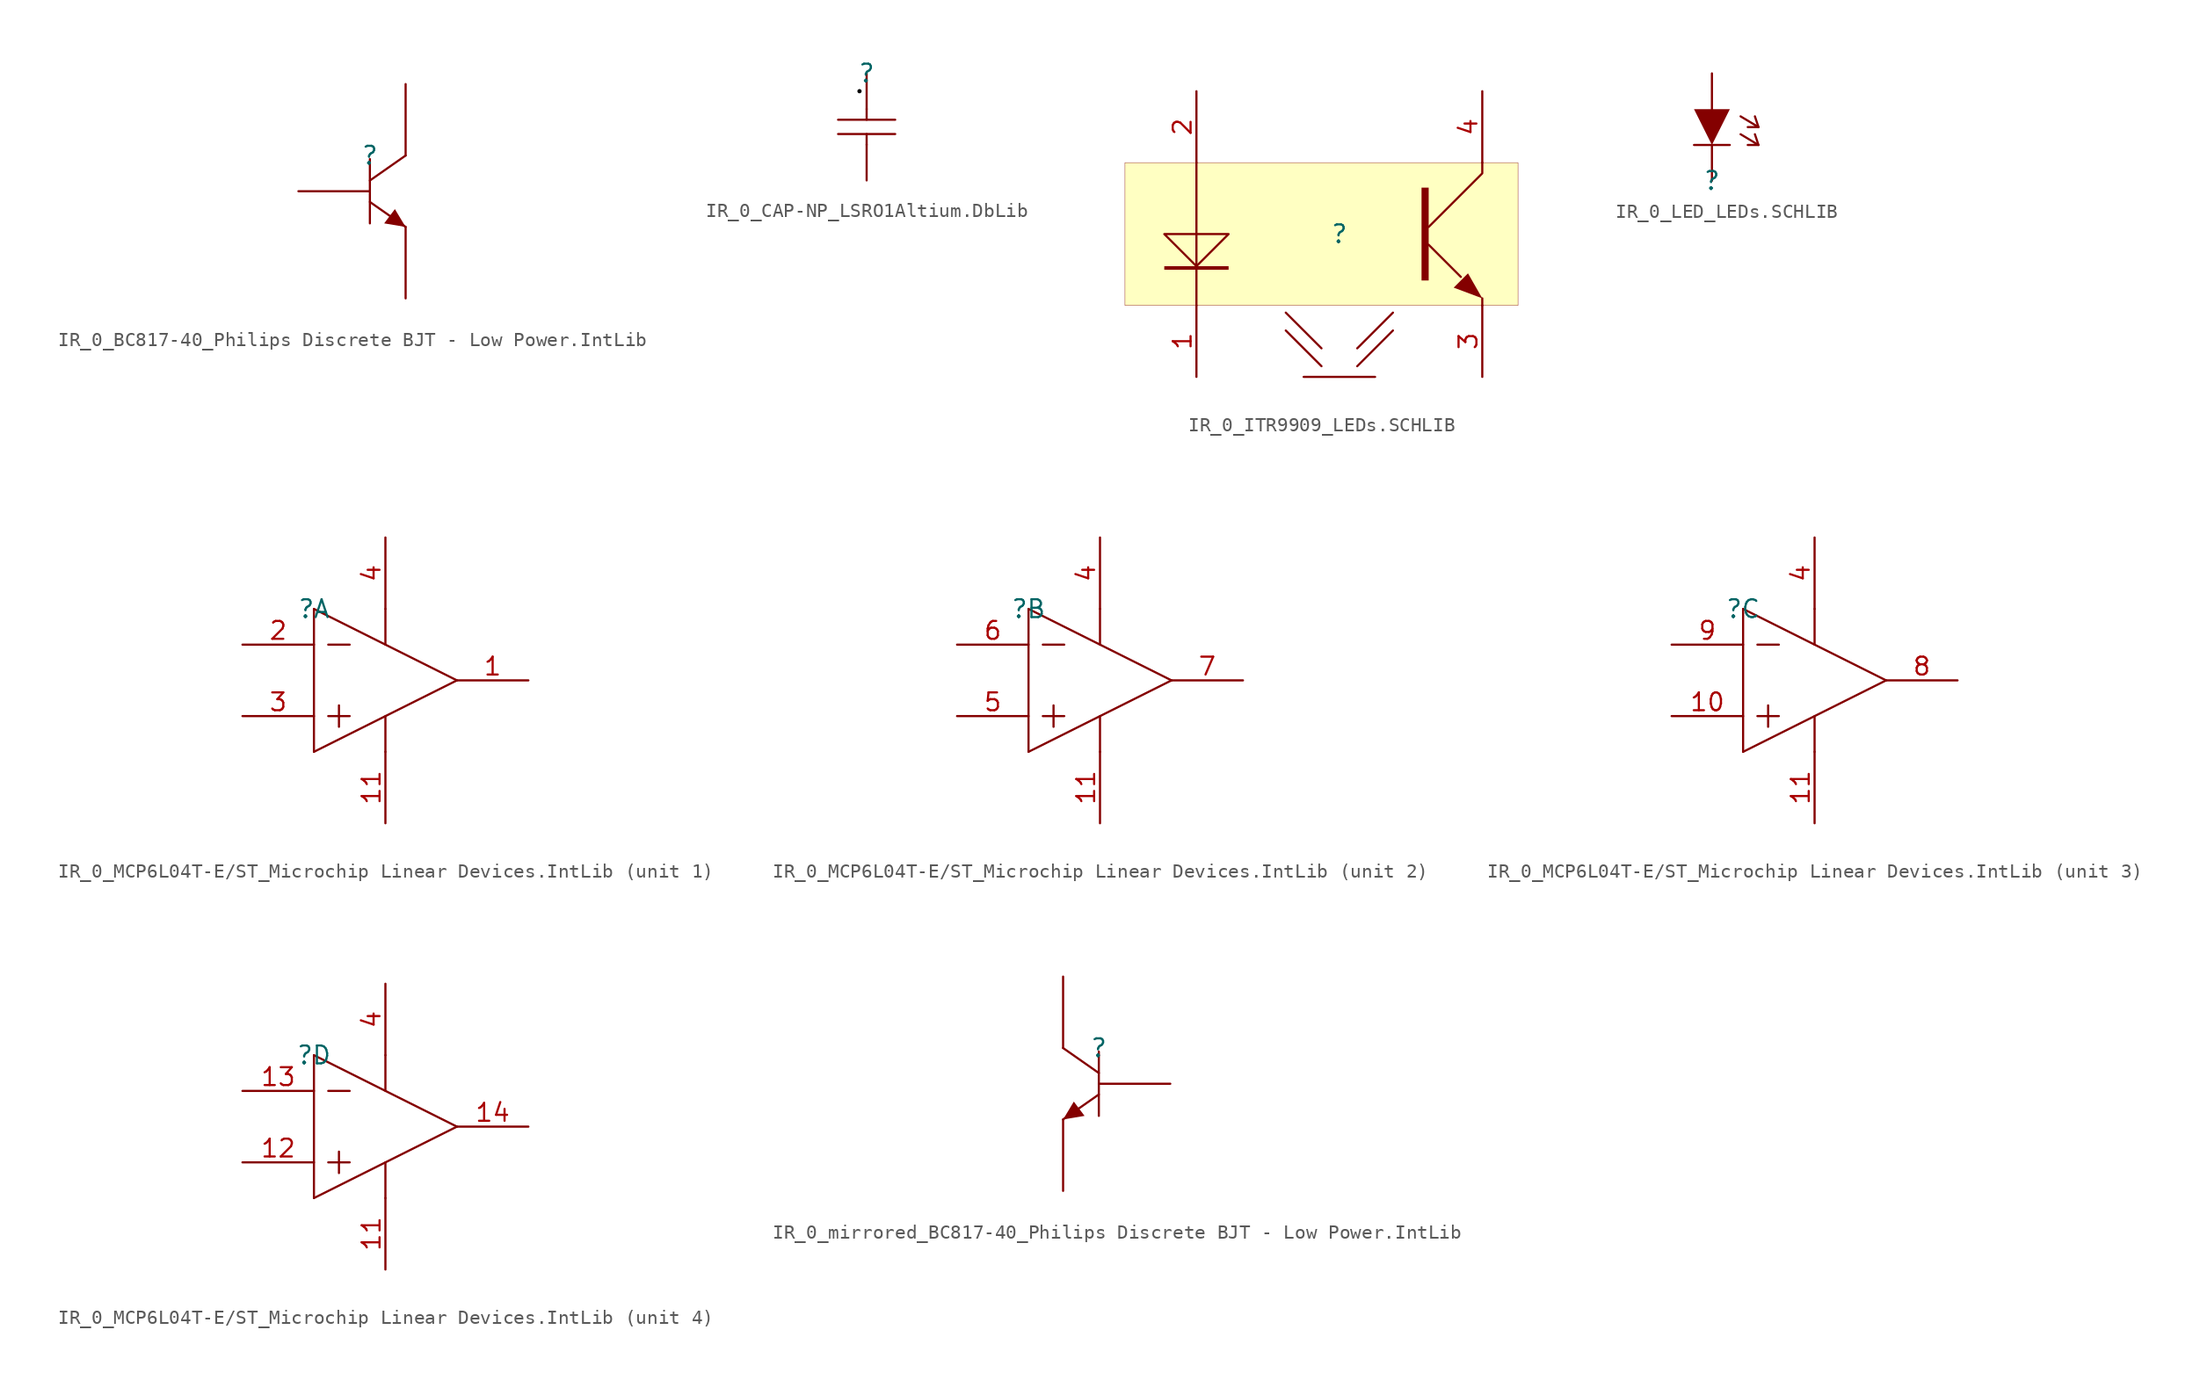
<source format=kicad_sym>
(kicad_symbol_lib
  (version 20241209)
  (generator "kicad_symbol_editor")
  (generator_version "9.0")
  (symbol "IR_0_BC817-40_Philips Discrete BJT - Low Power.IntLib"
    (pin_numbers
      (hide yes))
    (pin_names
      (hide yes))
    (property "Reference" ""
      (at 0 0 0)
      (effects (font (size 1.27 1.27))))
    (property "Value" ""
      (at 0 0 0)
      (effects (font (size 1.27 1.27))))
    (symbol "IR_0_BC817-40_Philips Discrete BJT - Low Power.IntLib_1_0"
      (polyline (pts (xy 0 -0.254) (xy 0 -4.826)) (stroke (width 0) (type solid)) (fill (type none)))
      (polyline (pts (xy 0 -3.302) (xy 2.54 -5.08)) (stroke (width 0) (type solid)) (fill (type none)))
      (polyline (pts (xy 2.54 0) (xy 0 -1.778)) (stroke (width 0) (type solid)) (fill (type none)))
      (polyline (pts (xy 2.54 -5.08) (xy 1.778 -3.81) (xy 1.016 -4.826) (xy 2.54 -5.08)) (stroke (width -0.0001) (type solid)) (fill (type outline)))
      (pin passive line (at -5.08 -2.54 0) (length 5.08) (name "B" (effects (font (size 1.27 1.27)))) (number "1" (effects (font (size 1.27 1.27)))))
      (pin passive line (at 2.54 5.08 270) (length 5.08) (name "C" (effects (font (size 1.27 1.27)))) (number "3" (effects (font (size 1.27 1.27)))))
      (pin passive line (at 2.54 -10.16 90) (length 5.08) (name "E" (effects (font (size 1.27 1.27)))) (number "2" (effects (font (size 1.27 1.27)))))))
  (symbol "IR_0_CAP-NP_LSRO1Altium.DbLib"
    (pin_numbers
      (hide yes))
    (pin_names
      (hide yes))
    (property "Reference" ""
      (at 0 0 0)
      (effects (font (size 1.27 1.27))))
    (property "Value" ""
      (at 0 0 0)
      (effects (font (size 1.27 1.27))))
    (symbol "IR_0_CAP-NP_LSRO1Altium.DbLib_1_0"
      (polyline (pts (xy -2.032 -3.302) (xy 2.032 -3.302)) (stroke (width 0) (type solid)) (fill (type none)))
      (circle (center -0.508 -1.27) (radius 0.152) (stroke (width -0.0001) (type solid) (color 0 0 0 1)) (fill (type outline)))
      (polyline (pts (xy 0 -2.54) (xy 0 -3.302)) (stroke (width 0) (type solid)) (fill (type none)))
      (polyline (pts (xy 0 -5.08) (xy 0 -4.318)) (stroke (width 0) (type solid)) (fill (type none)))
      (polyline (pts (xy 2.032 -4.318) (xy -2.032 -4.318)) (stroke (width 0) (type solid)) (fill (type none)))
      (pin passive line (at 0 0 270) (length 2.54) (name "1" (effects (font (size 1.27 1.27)))) (number "1" (effects (font (size 1.27 1.27)))))
      (pin passive line (at 0 -7.62 90) (length 2.54) (name "2" (effects (font (size 1.27 1.27)))) (number "2" (effects (font (size 1.27 1.27)))))))
  (symbol "IR_0_ITR9909_LEDs.SCHLIB"
    (pin_names
      (hide yes))
    (property "Reference" ""
      (at 0 0 0)
      (effects (font (size 1.27 1.27))))
    (property "Value" ""
      (at 0 0 0)
      (effects (font (size 1.27 1.27))))
    (symbol "IR_0_ITR9909_LEDs.SCHLIB_1_0"
      (polyline (pts (xy -10.16 5.08) (xy -10.16 -5.08)) (stroke (width 0) (type solid)) (fill (type none)))
      (polyline (pts (xy -7.874 0) (xy -10.16 -2.286) (xy -12.446 0) (xy -7.874 0)) (stroke (width 0) (type solid)) (fill (type color) (color 255 255 255 1)))
      (polyline (pts (xy -7.874 -2.286) (xy -7.874 -2.54) (xy -12.446 -2.54) (xy -12.446 -2.286) (xy -7.874 -2.286)) (stroke (width -0.0001) (type solid)) (fill (type outline)))
      (polyline (pts (xy -3.81 -5.588) (xy -1.27 -8.128)) (stroke (width 0) (type solid)) (fill (type none)))
      (polyline (pts (xy -3.81 -6.858) (xy -1.27 -9.398)) (stroke (width 0) (type solid)) (fill (type none)))
      (polyline (pts (xy -2.54 -10.16) (xy 2.54 -10.16)) (stroke (width 0) (type solid)) (fill (type none)))
      (polyline (pts (xy 1.27 -8.128) (xy 3.81 -5.588)) (stroke (width 0) (type solid)) (fill (type none)))
      (polyline (pts (xy 1.27 -9.398) (xy 3.81 -6.858)) (stroke (width 0) (type solid)) (fill (type none)))
      (polyline (pts (xy 6.35 3.302) (xy 5.842 3.302) (xy 5.842 -3.302) (xy 6.35 -3.302) (xy 6.35 3.302)) (stroke (width -0.0001) (type solid)) (fill (type outline)))
      (polyline (pts (xy 6.35 -0.762) (xy 8.636 -3.048)) (stroke (width 0) (type solid)) (fill (type none)))
      (polyline (pts (xy 9.144 -2.794) (xy 8.128 -3.81) (xy 10.16 -4.572) (xy 9.144 -2.794)) (stroke (width -0.0001) (type solid)) (fill (type outline)))
      (polyline (pts (xy 10.16 5.08) (xy 10.16 4.318) (xy 6.35 0.508)) (stroke (width 0) (type solid)) (fill (type none)))
      (polyline (pts (xy 10.16 -4.572) (xy 10.16 -5.08)) (stroke (width 0) (type solid)) (fill (type none)))
      (rectangle (start 12.7 5.08) (end -15.24 -5.08) (stroke (width 0.025) (type solid) (color 128 0 0 1)) (fill (type background)))
      (pin passive line (at -10.16 10.16 270) (length 5.08) (name "A" (effects (font (size 1.27 1.27)))) (number "2" (effects (font (size 1.27 1.27)))))
      (pin passive line (at -10.16 -10.16 90) (length 5.08) (name "C" (effects (font (size 1.27 1.27)))) (number "1" (effects (font (size 1.27 1.27)))))
      (pin passive line (at 10.16 10.16 270) (length 5.08) (name "C" (effects (font (size 1.27 1.27)))) (number "4" (effects (font (size 1.27 1.27)))))
      (pin passive line (at 10.16 -10.16 90) (length 5.08) (name "E" (effects (font (size 1.27 1.27)))) (number "3" (effects (font (size 1.27 1.27)))))))
  (symbol "IR_0_LED_LEDs.SCHLIB"
    (pin_numbers
      (hide yes))
    (pin_names
      (hide yes))
    (property "Reference" ""
      (at 0 0 0)
      (effects (font (size 1.27 1.27))))
    (property "Value" ""
      (at 0 0 0)
      (effects (font (size 1.27 1.27))))
    (symbol "IR_0_LED_LEDs.SCHLIB_1_0"
      (polyline (pts (xy -1.27 5.08) (xy 1.27 5.08) (xy 0 2.54) (xy -1.27 5.08)) (stroke (width -0.0001) (type solid)) (fill (type outline)))
      (polyline (pts (xy -1.27 2.54) (xy 1.27 2.54)) (stroke (width 0) (type solid)) (fill (type none)))
      (polyline (pts (xy 2.032 4.572) (xy 3.302 3.81) (xy 2.54 3.81)) (stroke (width 0) (type solid)) (fill (type none)))
      (polyline (pts (xy 2.032 3.302) (xy 3.302 2.54) (xy 2.54 2.54)) (stroke (width 0) (type solid)) (fill (type none)))
      (polyline (pts (xy 3.302 3.81) (xy 3.048 4.572)) (stroke (width 0) (type solid)) (fill (type none)))
      (polyline (pts (xy 3.302 2.54) (xy 3.048 3.302)) (stroke (width 0) (type solid)) (fill (type none)))
      (pin passive line (at 0 7.62 270) (length 2.54) (name "A" (effects (font (size 1.27 1.27)))) (number "2" (effects (font (size 1.27 1.27)))))
      (pin passive line (at 0 0 90) (length 2.54) (name "K" (effects (font (size 1.27 1.27)))) (number "1" (effects (font (size 1.27 1.27)))))))
  (symbol "IR_0_MCP6L04T-E/ST_Microchip Linear Devices.IntLib"
    (pin_names
      (hide yes))
    (property "Reference" ""
      (at 0 0 0)
      (effects (font (size 1.27 1.27))))
    (property "Value" ""
      (at 0 0 0)
      (effects (font (size 1.27 1.27))))
    (symbol "IR_0_MCP6L04T-E/ST_Microchip Linear Devices.IntLib_0_0"
      (pin power_in line (at 5.08 5.08 270) (length 5.08) (name "VDD" (effects (font (size 1.27 1.27)))) (number "4" (effects (font (size 1.27 1.27)))))
      (pin power_in line (at 5.08 -15.24 90) (length 5.08) (name "VSS" (effects (font (size 1.27 1.27)))) (number "11" (effects (font (size 1.27 1.27))))))
    (symbol "IR_0_MCP6L04T-E/ST_Microchip Linear Devices.IntLib_1_0"
      (polyline (pts (xy 0 0) (xy 0 -10.16)) (stroke (width 0) (type solid)) (fill (type none)))
      (polyline (pts (xy 0 0) (xy 10.16 -5.08)) (stroke (width 0) (type solid)) (fill (type none)))
      (polyline (pts (xy 0 -10.16) (xy 10.16 -5.08)) (stroke (width 0) (type solid)) (fill (type none)))
      (polyline (pts (xy 1.016 -2.54) (xy 2.54 -2.54)) (stroke (width 0) (type solid)) (fill (type none)))
      (polyline (pts (xy 1.016 -7.62) (xy 2.54 -7.62)) (stroke (width 0) (type solid)) (fill (type none)))
      (polyline (pts (xy 1.778 -6.858) (xy 1.778 -8.382)) (stroke (width 0) (type solid)) (fill (type none)))
      (polyline (pts (xy 5.08 0) (xy 5.08 -2.54)) (stroke (width 0) (type solid)) (fill (type none)))
      (polyline (pts (xy 5.08 -7.62) (xy 5.08 -10.16)) (stroke (width 0) (type solid)) (fill (type none)))
      (pin input line (at -5.08 -2.54 0) (length 5.08) (name "VINA-" (effects (font (size 1.27 1.27)))) (number "2" (effects (font (size 1.27 1.27)))))
      (pin input line (at -5.08 -7.62 0) (length 5.08) (name "VINA+" (effects (font (size 1.27 1.27)))) (number "3" (effects (font (size 1.27 1.27)))))
      (pin output line (at 15.24 -5.08 180) (length 5.08) (name "VOUTA" (effects (font (size 1.27 1.27)))) (number "1" (effects (font (size 1.27 1.27))))))
    (symbol "IR_0_MCP6L04T-E/ST_Microchip Linear Devices.IntLib_2_0"
      (polyline (pts (xy 0 0) (xy 0 -10.16)) (stroke (width 0) (type solid)) (fill (type none)))
      (polyline (pts (xy 0 0) (xy 10.16 -5.08)) (stroke (width 0) (type solid)) (fill (type none)))
      (polyline (pts (xy 0 -10.16) (xy 10.16 -5.08)) (stroke (width 0) (type solid)) (fill (type none)))
      (polyline (pts (xy 1.016 -2.54) (xy 2.54 -2.54)) (stroke (width 0) (type solid)) (fill (type none)))
      (polyline (pts (xy 1.016 -7.62) (xy 2.54 -7.62)) (stroke (width 0) (type solid)) (fill (type none)))
      (polyline (pts (xy 1.778 -6.858) (xy 1.778 -8.382)) (stroke (width 0) (type solid)) (fill (type none)))
      (polyline (pts (xy 5.08 0) (xy 5.08 -2.54)) (stroke (width 0) (type solid)) (fill (type none)))
      (polyline (pts (xy 5.08 -7.62) (xy 5.08 -10.16)) (stroke (width 0) (type solid)) (fill (type none)))
      (pin input line (at -5.08 -2.54 0) (length 5.08) (name "VINB-" (effects (font (size 1.27 1.27)))) (number "6" (effects (font (size 1.27 1.27)))))
      (pin input line (at -5.08 -7.62 0) (length 5.08) (name "VINB+" (effects (font (size 1.27 1.27)))) (number "5" (effects (font (size 1.27 1.27)))))
      (pin output line (at 15.24 -5.08 180) (length 5.08) (name "VOUTB" (effects (font (size 1.27 1.27)))) (number "7" (effects (font (size 1.27 1.27))))))
    (symbol "IR_0_MCP6L04T-E/ST_Microchip Linear Devices.IntLib_3_0"
      (polyline (pts (xy 0 0) (xy 0 -10.16)) (stroke (width 0) (type solid)) (fill (type none)))
      (polyline (pts (xy 0 0) (xy 10.16 -5.08)) (stroke (width 0) (type solid)) (fill (type none)))
      (polyline (pts (xy 0 -10.16) (xy 10.16 -5.08)) (stroke (width 0) (type solid)) (fill (type none)))
      (polyline (pts (xy 1.016 -2.54) (xy 2.54 -2.54)) (stroke (width 0) (type solid)) (fill (type none)))
      (polyline (pts (xy 1.016 -7.62) (xy 2.54 -7.62)) (stroke (width 0) (type solid)) (fill (type none)))
      (polyline (pts (xy 1.778 -6.858) (xy 1.778 -8.382)) (stroke (width 0) (type solid)) (fill (type none)))
      (polyline (pts (xy 5.08 0) (xy 5.08 -2.54)) (stroke (width 0) (type solid)) (fill (type none)))
      (polyline (pts (xy 5.08 -7.62) (xy 5.08 -10.16)) (stroke (width 0) (type solid)) (fill (type none)))
      (pin input line (at -5.08 -2.54 0) (length 5.08) (name "VINC-" (effects (font (size 1.27 1.27)))) (number "9" (effects (font (size 1.27 1.27)))))
      (pin input line (at -5.08 -7.62 0) (length 5.08) (name "VINC+" (effects (font (size 1.27 1.27)))) (number "10" (effects (font (size 1.27 1.27)))))
      (pin output line (at 15.24 -5.08 180) (length 5.08) (name "VOUTC" (effects (font (size 1.27 1.27)))) (number "8" (effects (font (size 1.27 1.27))))))
    (symbol "IR_0_MCP6L04T-E/ST_Microchip Linear Devices.IntLib_4_0"
      (polyline (pts (xy 0 0) (xy 0 -10.16)) (stroke (width 0) (type solid)) (fill (type none)))
      (polyline (pts (xy 0 0) (xy 10.16 -5.08)) (stroke (width 0) (type solid)) (fill (type none)))
      (polyline (pts (xy 0 -10.16) (xy 10.16 -5.08)) (stroke (width 0) (type solid)) (fill (type none)))
      (polyline (pts (xy 1.016 -2.54) (xy 2.54 -2.54)) (stroke (width 0) (type solid)) (fill (type none)))
      (polyline (pts (xy 1.016 -7.62) (xy 2.54 -7.62)) (stroke (width 0) (type solid)) (fill (type none)))
      (polyline (pts (xy 1.778 -6.858) (xy 1.778 -8.382)) (stroke (width 0) (type solid)) (fill (type none)))
      (polyline (pts (xy 5.08 0) (xy 5.08 -2.54)) (stroke (width 0) (type solid)) (fill (type none)))
      (polyline (pts (xy 5.08 -7.62) (xy 5.08 -10.16)) (stroke (width 0) (type solid)) (fill (type none)))
      (pin input line (at -5.08 -2.54 0) (length 5.08) (name "VIND-" (effects (font (size 1.27 1.27)))) (number "13" (effects (font (size 1.27 1.27)))))
      (pin input line (at -5.08 -7.62 0) (length 5.08) (name "VIND+" (effects (font (size 1.27 1.27)))) (number "12" (effects (font (size 1.27 1.27)))))
      (pin output line (at 15.24 -5.08 180) (length 5.08) (name "VOUTD" (effects (font (size 1.27 1.27)))) (number "14" (effects (font (size 1.27 1.27)))))))
  (symbol "IR_0_mirrored_BC817-40_Philips Discrete BJT - Low Power.IntLib"
    (pin_numbers
      (hide yes))
    (pin_names
      (hide yes))
    (property "Reference" ""
      (at 0 0 0)
      (effects (font (size 1.27 1.27))))
    (property "Value" ""
      (at 0 0 0)
      (effects (font (size 1.27 1.27))))
    (symbol "IR_0_mirrored_BC817-40_Philips Discrete BJT - Low Power.IntLib_1_0"
      (polyline (pts (xy -2.54 0) (xy 0 -1.778)) (stroke (width 0) (type solid)) (fill (type none)))
      (polyline (pts (xy -2.54 -5.08) (xy -1.778 -3.81) (xy -1.016 -4.826) (xy -2.54 -5.08)) (stroke (width -0.0001) (type solid)) (fill (type outline)))
      (polyline (pts (xy 0 -0.254) (xy 0 -4.826)) (stroke (width 0) (type solid)) (fill (type none)))
      (polyline (pts (xy 0 -3.302) (xy -2.54 -5.08)) (stroke (width 0) (type solid)) (fill (type none)))
      (pin passive line (at -2.54 5.08 270) (length 5.08) (name "C" (effects (font (size 1.27 1.27)))) (number "3" (effects (font (size 1.27 1.27)))))
      (pin passive line (at -2.54 -10.16 90) (length 5.08) (name "E" (effects (font (size 1.27 1.27)))) (number "2" (effects (font (size 1.27 1.27)))))
      (pin passive line (at 5.08 -2.54 180) (length 5.08) (name "B" (effects (font (size 1.27 1.27)))) (number "1" (effects (font (size 1.27 1.27))))))))
</source>
